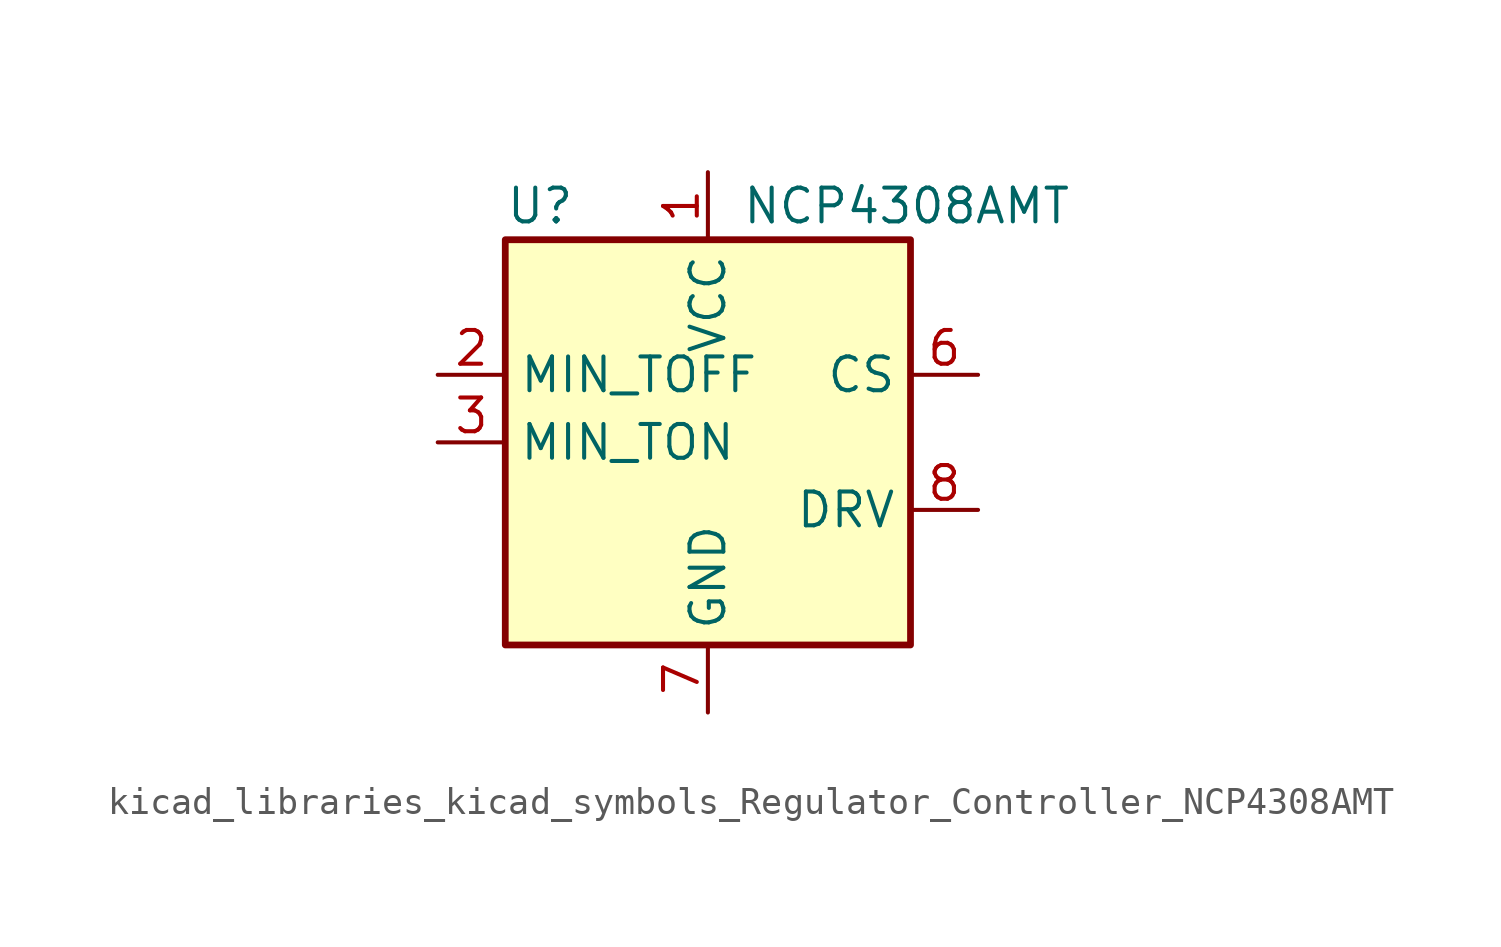
<source format=kicad_sym>
(kicad_symbol_lib
  (version 20220914)
  (generator kicad_symbol_editor)
  (symbol "kicad_libraries_kicad_symbols_Regulator_Controller_NCP4308AMT"
    (property "Reference" "U"
      (at -7.62 8.89 0)
      (effects (font (size 1.27 1.27)) (justify left)))
    (property "Value" "NCP4308AMT"
      (at 1.27 8.89 0)
      (effects (font (size 1.27 1.27)) (justify left)))
    (symbol "kicad_libraries_kicad_symbols_Regulator_Controller_NCP4308AMT_0_1"
      (rectangle (start -7.62 7.62) (end 7.62 -7.62) (stroke (width 0.254) (type default)) (fill (type background))))
    (symbol "kicad_libraries_kicad_symbols_Regulator_Controller_NCP4308AMT_1_1"
      (pin power_in line (at 0 10.16 270) (length 2.54) (name "VCC" (effects (font (size 1.27 1.27)))) (number "1" (effects (font (size 1.27 1.27)))))
      (pin passive line (at -10.16 2.54 0) (length 2.54) (name "MIN_TOFF" (effects (font (size 1.27 1.27)))) (number "2" (effects (font (size 1.27 1.27)))))
      (pin passive line (at -10.16 0 0) (length 2.54) (name "MIN_TON" (effects (font (size 1.27 1.27)))) (number "3" (effects (font (size 1.27 1.27)))))
      (pin no_connect line (at 7.62 -5.08 180) (length 2.54) hide (name "NC" (effects (font (size 1.27 1.27)))) (number "4" (effects (font (size 1.27 1.27)))))
      (pin no_connect line (at 7.62 -7.62 180) (length 2.54) hide (name "NC" (effects (font (size 1.27 1.27)))) (number "5" (effects (font (size 1.27 1.27)))))
      (pin input line (at 10.16 2.54 180) (length 2.54) (name "CS" (effects (font (size 1.27 1.27)))) (number "6" (effects (font (size 1.27 1.27)))))
      (pin power_in line (at 0 -10.16 90) (length 2.54) (name "GND" (effects (font (size 1.27 1.27)))) (number "7" (effects (font (size 1.27 1.27)))))
      (pin output line (at 10.16 -2.54 180) (length 2.54) (name "DRV" (effects (font (size 1.27 1.27)))) (number "8" (effects (font (size 1.27 1.27))))))))
</source>
